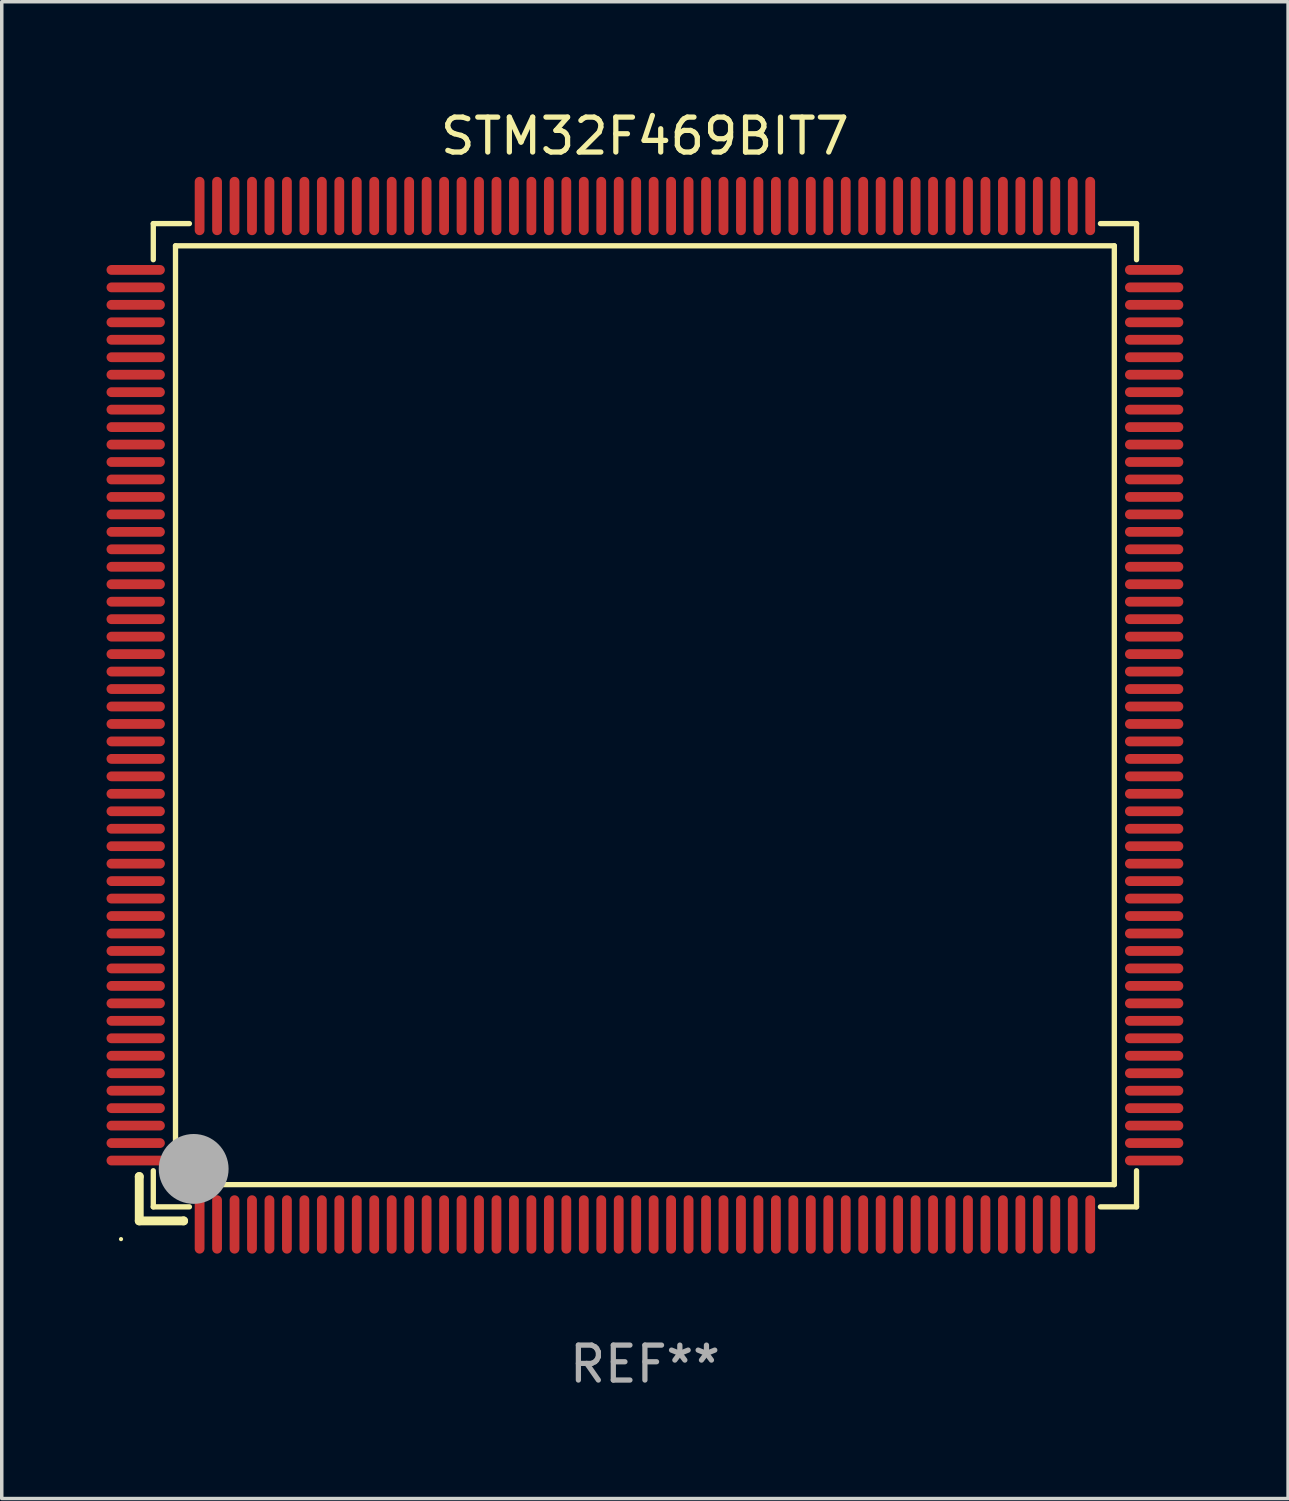
<source format=kicad_pcb>
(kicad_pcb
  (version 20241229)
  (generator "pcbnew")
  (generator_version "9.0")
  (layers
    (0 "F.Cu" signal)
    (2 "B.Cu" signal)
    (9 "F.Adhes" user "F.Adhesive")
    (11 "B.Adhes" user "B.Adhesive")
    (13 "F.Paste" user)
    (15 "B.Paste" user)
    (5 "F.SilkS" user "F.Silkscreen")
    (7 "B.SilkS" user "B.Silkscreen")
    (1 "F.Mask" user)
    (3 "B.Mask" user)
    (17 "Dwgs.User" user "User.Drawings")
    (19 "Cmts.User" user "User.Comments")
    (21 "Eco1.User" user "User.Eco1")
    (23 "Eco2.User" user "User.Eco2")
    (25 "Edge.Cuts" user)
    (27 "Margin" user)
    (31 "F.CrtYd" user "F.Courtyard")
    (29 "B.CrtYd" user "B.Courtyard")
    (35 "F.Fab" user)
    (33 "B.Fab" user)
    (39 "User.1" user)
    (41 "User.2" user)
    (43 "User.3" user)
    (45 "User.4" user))
  (footprint "STM32F469BIT7"
    (layer "F.Cu")
    (at 15.415 17.428)
    (property "Reference" "STM32F469BIT7" (at 0 -16.58 0) (layer "F.SilkS") (effects (font (size 1 1) (thickness 0.15))))
    (attr through_hole)
    (fp_line (start -14.478 13.208) (end -14.478 13.208) (stroke (width 0.254) (type solid)) (layer "F.SilkS"))
    (fp_line (start -14.478 13.208) (end -14.478 14.478) (stroke (width 0.254) (type solid)) (layer "F.SilkS"))
    (fp_line (start -14.478 14.478) (end -13.208 14.478) (stroke (width 0.254) (type solid)) (layer "F.SilkS"))
    (fp_line (start -14.076 -14.076) (end -14.076 -13.042) (stroke (width 0.152) (type solid)) (layer "F.SilkS"))
    (fp_line (start -14.076 14.076) (end -14.076 13.042) (stroke (width 0.152) (type solid)) (layer "F.SilkS"))
    (fp_line (start -13.44 -13.44) (end 13.44 -13.44) (stroke (width 0.152) (type solid)) (layer "F.SilkS"))
    (fp_line (start -13.44 13.44) (end -13.44 -13.44) (stroke (width 0.152) (type solid)) (layer "F.SilkS"))
    (fp_line (start -13.208 14.478) (end -13.208 14.478) (stroke (width 0.254) (type solid)) (layer "F.SilkS"))
    (fp_line (start -13.042 -14.076) (end -14.076 -14.076) (stroke (width 0.152) (type solid)) (layer "F.SilkS"))
    (fp_line (start -13.042 14.076) (end -14.076 14.076) (stroke (width 0.152) (type solid)) (layer "F.SilkS"))
    (fp_line (start 13.042 -14.076) (end 14.076 -14.076) (stroke (width 0.152) (type solid)) (layer "F.SilkS"))
    (fp_line (start 13.042 14.076) (end 14.076 14.076) (stroke (width 0.152) (type solid)) (layer "F.SilkS"))
    (fp_line (start 13.44 -13.44) (end 13.44 13.44) (stroke (width 0.152) (type solid)) (layer "F.SilkS"))
    (fp_line (start 13.44 13.44) (end -13.44 13.44) (stroke (width 0.152) (type solid)) (layer "F.SilkS"))
    (fp_line (start 14.076 -14.076) (end 14.076 -13.042) (stroke (width 0.152) (type solid)) (layer "F.SilkS"))
    (fp_line (start 14.076 14.076) (end 14.076 13.042) (stroke (width 0.152) (type solid)) (layer "F.SilkS"))
    (fp_circle (center -15 15) (end -14.97 15) (stroke (width 0.06) (type solid)) (fill no) (layer "F.SilkS"))
    (fp_circle (center -13.138 13.138) (end -13.063 13.138) (stroke (width 0.15) (type solid)) (fill no) (layer "F.SilkS"))
    (fp_circle (center -12.92 12.99) (end -12.42 12.99) (stroke (width 1) (type solid)) (fill no) (layer "F.Fab"))
    (fp_text user "REF**" (at 0 18.58 0) (layer "F.Fab") (effects (font (size 1 1) (thickness 0.15))))
    (pad "1" smd oval (at -12.75 14.58) (size 0.28 1.67) (layers "F.Cu" "F.Mask" "F.Paste"))
    (pad "2" smd oval (at -12.25 14.58) (size 0.28 1.67) (layers "F.Cu" "F.Mask" "F.Paste"))
    (pad "3" smd oval (at -11.75 14.58) (size 0.28 1.67) (layers "F.Cu" "F.Mask" "F.Paste"))
    (pad "4" smd oval (at -11.25 14.58) (size 0.28 1.67) (layers "F.Cu" "F.Mask" "F.Paste"))
    (pad "5" smd oval (at -10.75 14.58) (size 0.28 1.67) (layers "F.Cu" "F.Mask" "F.Paste"))
    (pad "6" smd oval (at -10.25 14.58) (size 0.28 1.67) (layers "F.Cu" "F.Mask" "F.Paste"))
    (pad "7" smd oval (at -9.75 14.58) (size 0.28 1.67) (layers "F.Cu" "F.Mask" "F.Paste"))
    (pad "8" smd oval (at -9.25 14.58) (size 0.28 1.67) (layers "F.Cu" "F.Mask" "F.Paste"))
    (pad "9" smd oval (at -8.75 14.58) (size 0.28 1.67) (layers "F.Cu" "F.Mask" "F.Paste"))
    (pad "10" smd oval (at -8.25 14.58) (size 0.28 1.67) (layers "F.Cu" "F.Mask" "F.Paste"))
    (pad "11" smd oval (at -7.75 14.58) (size 0.28 1.67) (layers "F.Cu" "F.Mask" "F.Paste"))
    (pad "12" smd oval (at -7.25 14.58) (size 0.28 1.67) (layers "F.Cu" "F.Mask" "F.Paste"))
    (pad "13" smd oval (at -6.75 14.58) (size 0.28 1.67) (layers "F.Cu" "F.Mask" "F.Paste"))
    (pad "14" smd oval (at -6.25 14.58) (size 0.28 1.67) (layers "F.Cu" "F.Mask" "F.Paste"))
    (pad "15" smd oval (at -5.75 14.58) (size 0.28 1.67) (layers "F.Cu" "F.Mask" "F.Paste"))
    (pad "16" smd oval (at -5.25 14.58) (size 0.28 1.67) (layers "F.Cu" "F.Mask" "F.Paste"))
    (pad "17" smd oval (at -4.75 14.58) (size 0.28 1.67) (layers "F.Cu" "F.Mask" "F.Paste"))
    (pad "18" smd oval (at -4.25 14.58) (size 0.28 1.67) (layers "F.Cu" "F.Mask" "F.Paste"))
    (pad "19" smd oval (at -3.75 14.58) (size 0.28 1.67) (layers "F.Cu" "F.Mask" "F.Paste"))
    (pad "20" smd oval (at -3.25 14.58) (size 0.28 1.67) (layers "F.Cu" "F.Mask" "F.Paste"))
    (pad "21" smd oval (at -2.75 14.58) (size 0.28 1.67) (layers "F.Cu" "F.Mask" "F.Paste"))
    (pad "22" smd oval (at -2.25 14.58) (size 0.28 1.67) (layers "F.Cu" "F.Mask" "F.Paste"))
    (pad "23" smd oval (at -1.75 14.58) (size 0.28 1.67) (layers "F.Cu" "F.Mask" "F.Paste"))
    (pad "24" smd oval (at -1.25 14.58) (size 0.28 1.67) (layers "F.Cu" "F.Mask" "F.Paste"))
    (pad "25" smd oval (at -0.75 14.58) (size 0.28 1.67) (layers "F.Cu" "F.Mask" "F.Paste"))
    (pad "26" smd oval (at -0.25 14.58) (size 0.28 1.67) (layers "F.Cu" "F.Mask" "F.Paste"))
    (pad "27" smd oval (at 0.25 14.58) (size 0.28 1.67) (layers "F.Cu" "F.Mask" "F.Paste"))
    (pad "28" smd oval (at 0.75 14.58) (size 0.28 1.67) (layers "F.Cu" "F.Mask" "F.Paste"))
    (pad "29" smd oval (at 1.25 14.58) (size 0.28 1.67) (layers "F.Cu" "F.Mask" "F.Paste"))
    (pad "30" smd oval (at 1.75 14.58) (size 0.28 1.67) (layers "F.Cu" "F.Mask" "F.Paste"))
    (pad "31" smd oval (at 2.25 14.58) (size 0.28 1.67) (layers "F.Cu" "F.Mask" "F.Paste"))
    (pad "32" smd oval (at 2.75 14.58) (size 0.28 1.67) (layers "F.Cu" "F.Mask" "F.Paste"))
    (pad "33" smd oval (at 3.25 14.58) (size 0.28 1.67) (layers "F.Cu" "F.Mask" "F.Paste"))
    (pad "34" smd oval (at 3.75 14.58) (size 0.28 1.67) (layers "F.Cu" "F.Mask" "F.Paste"))
    (pad "35" smd oval (at 4.25 14.58) (size 0.28 1.67) (layers "F.Cu" "F.Mask" "F.Paste"))
    (pad "36" smd oval (at 4.75 14.58) (size 0.28 1.67) (layers "F.Cu" "F.Mask" "F.Paste"))
    (pad "37" smd oval (at 5.25 14.58) (size 0.28 1.67) (layers "F.Cu" "F.Mask" "F.Paste"))
    (pad "38" smd oval (at 5.75 14.58) (size 0.28 1.67) (layers "F.Cu" "F.Mask" "F.Paste"))
    (pad "39" smd oval (at 6.25 14.58) (size 0.28 1.67) (layers "F.Cu" "F.Mask" "F.Paste"))
    (pad "40" smd oval (at 6.75 14.58) (size 0.28 1.67) (layers "F.Cu" "F.Mask" "F.Paste"))
    (pad "41" smd oval (at 7.25 14.58) (size 0.28 1.67) (layers "F.Cu" "F.Mask" "F.Paste"))
    (pad "42" smd oval (at 7.75 14.58) (size 0.28 1.67) (layers "F.Cu" "F.Mask" "F.Paste"))
    (pad "43" smd oval (at 8.25 14.58) (size 0.28 1.67) (layers "F.Cu" "F.Mask" "F.Paste"))
    (pad "44" smd oval (at 8.75 14.58) (size 0.28 1.67) (layers "F.Cu" "F.Mask" "F.Paste"))
    (pad "45" smd oval (at 9.25 14.58) (size 0.28 1.67) (layers "F.Cu" "F.Mask" "F.Paste"))
    (pad "46" smd oval (at 9.75 14.58) (size 0.28 1.67) (layers "F.Cu" "F.Mask" "F.Paste"))
    (pad "47" smd oval (at 10.25 14.58) (size 0.28 1.67) (layers "F.Cu" "F.Mask" "F.Paste"))
    (pad "48" smd oval (at 10.75 14.58) (size 0.28 1.67) (layers "F.Cu" "F.Mask" "F.Paste"))
    (pad "49" smd oval (at 11.25 14.58) (size 0.28 1.67) (layers "F.Cu" "F.Mask" "F.Paste"))
    (pad "50" smd oval (at 11.75 14.58) (size 0.28 1.67) (layers "F.Cu" "F.Mask" "F.Paste"))
    (pad "51" smd oval (at 12.25 14.58) (size 0.28 1.67) (layers "F.Cu" "F.Mask" "F.Paste"))
    (pad "52" smd oval (at 12.75 14.58) (size 0.28 1.67) (layers "F.Cu" "F.Mask" "F.Paste"))
    (pad "53" smd oval (at 14.58 12.75) (size 1.67 0.28) (layers "F.Cu" "F.Mask" "F.Paste"))
    (pad "54" smd oval (at 14.58 12.25) (size 1.67 0.28) (layers "F.Cu" "F.Mask" "F.Paste"))
    (pad "55" smd oval (at 14.58 11.75) (size 1.67 0.28) (layers "F.Cu" "F.Mask" "F.Paste"))
    (pad "56" smd oval (at 14.58 11.25) (size 1.67 0.28) (layers "F.Cu" "F.Mask" "F.Paste"))
    (pad "57" smd oval (at 14.58 10.75) (size 1.67 0.28) (layers "F.Cu" "F.Mask" "F.Paste"))
    (pad "58" smd oval (at 14.58 10.25) (size 1.67 0.28) (layers "F.Cu" "F.Mask" "F.Paste"))
    (pad "59" smd oval (at 14.58 9.75) (size 1.67 0.28) (layers "F.Cu" "F.Mask" "F.Paste"))
    (pad "60" smd oval (at 14.58 9.25) (size 1.67 0.28) (layers "F.Cu" "F.Mask" "F.Paste"))
    (pad "61" smd oval (at 14.58 8.75) (size 1.67 0.28) (layers "F.Cu" "F.Mask" "F.Paste"))
    (pad "62" smd oval (at 14.58 8.25) (size 1.67 0.28) (layers "F.Cu" "F.Mask" "F.Paste"))
    (pad "63" smd oval (at 14.58 7.75) (size 1.67 0.28) (layers "F.Cu" "F.Mask" "F.Paste"))
    (pad "64" smd oval (at 14.58 7.25) (size 1.67 0.28) (layers "F.Cu" "F.Mask" "F.Paste"))
    (pad "65" smd oval (at 14.58 6.75) (size 1.67 0.28) (layers "F.Cu" "F.Mask" "F.Paste"))
    (pad "66" smd oval (at 14.58 6.25) (size 1.67 0.28) (layers "F.Cu" "F.Mask" "F.Paste"))
    (pad "67" smd oval (at 14.58 5.75) (size 1.67 0.28) (layers "F.Cu" "F.Mask" "F.Paste"))
    (pad "68" smd oval (at 14.58 5.25) (size 1.67 0.28) (layers "F.Cu" "F.Mask" "F.Paste"))
    (pad "69" smd oval (at 14.58 4.75) (size 1.67 0.28) (layers "F.Cu" "F.Mask" "F.Paste"))
    (pad "70" smd oval (at 14.58 4.25) (size 1.67 0.28) (layers "F.Cu" "F.Mask" "F.Paste"))
    (pad "71" smd oval (at 14.58 3.75) (size 1.67 0.28) (layers "F.Cu" "F.Mask" "F.Paste"))
    (pad "72" smd oval (at 14.58 3.25) (size 1.67 0.28) (layers "F.Cu" "F.Mask" "F.Paste"))
    (pad "73" smd oval (at 14.58 2.75) (size 1.67 0.28) (layers "F.Cu" "F.Mask" "F.Paste"))
    (pad "74" smd oval (at 14.58 2.25) (size 1.67 0.28) (layers "F.Cu" "F.Mask" "F.Paste"))
    (pad "75" smd oval (at 14.58 1.75) (size 1.67 0.28) (layers "F.Cu" "F.Mask" "F.Paste"))
    (pad "76" smd oval (at 14.58 1.25) (size 1.67 0.28) (layers "F.Cu" "F.Mask" "F.Paste"))
    (pad "77" smd oval (at 14.58 0.75) (size 1.67 0.28) (layers "F.Cu" "F.Mask" "F.Paste"))
    (pad "78" smd oval (at 14.58 0.25) (size 1.67 0.28) (layers "F.Cu" "F.Mask" "F.Paste"))
    (pad "79" smd oval (at 14.58 -0.25) (size 1.67 0.28) (layers "F.Cu" "F.Mask" "F.Paste"))
    (pad "80" smd oval (at 14.58 -0.75) (size 1.67 0.28) (layers "F.Cu" "F.Mask" "F.Paste"))
    (pad "81" smd oval (at 14.58 -1.25) (size 1.67 0.28) (layers "F.Cu" "F.Mask" "F.Paste"))
    (pad "82" smd oval (at 14.58 -1.75) (size 1.67 0.28) (layers "F.Cu" "F.Mask" "F.Paste"))
    (pad "83" smd oval (at 14.58 -2.25) (size 1.67 0.28) (layers "F.Cu" "F.Mask" "F.Paste"))
    (pad "84" smd oval (at 14.58 -2.75) (size 1.67 0.28) (layers "F.Cu" "F.Mask" "F.Paste"))
    (pad "85" smd oval (at 14.58 -3.25) (size 1.67 0.28) (layers "F.Cu" "F.Mask" "F.Paste"))
    (pad "86" smd oval (at 14.58 -3.75) (size 1.67 0.28) (layers "F.Cu" "F.Mask" "F.Paste"))
    (pad "87" smd oval (at 14.58 -4.25) (size 1.67 0.28) (layers "F.Cu" "F.Mask" "F.Paste"))
    (pad "88" smd oval (at 14.58 -4.75) (size 1.67 0.28) (layers "F.Cu" "F.Mask" "F.Paste"))
    (pad "89" smd oval (at 14.58 -5.25) (size 1.67 0.28) (layers "F.Cu" "F.Mask" "F.Paste"))
    (pad "90" smd oval (at 14.58 -5.75) (size 1.67 0.28) (layers "F.Cu" "F.Mask" "F.Paste"))
    (pad "91" smd oval (at 14.58 -6.25) (size 1.67 0.28) (layers "F.Cu" "F.Mask" "F.Paste"))
    (pad "92" smd oval (at 14.58 -6.75) (size 1.67 0.28) (layers "F.Cu" "F.Mask" "F.Paste"))
    (pad "93" smd oval (at 14.58 -7.25) (size 1.67 0.28) (layers "F.Cu" "F.Mask" "F.Paste"))
    (pad "94" smd oval (at 14.58 -7.75) (size 1.67 0.28) (layers "F.Cu" "F.Mask" "F.Paste"))
    (pad "95" smd oval (at 14.58 -8.25) (size 1.67 0.28) (layers "F.Cu" "F.Mask" "F.Paste"))
    (pad "96" smd oval (at 14.58 -8.75) (size 1.67 0.28) (layers "F.Cu" "F.Mask" "F.Paste"))
    (pad "97" smd oval (at 14.58 -9.25) (size 1.67 0.28) (layers "F.Cu" "F.Mask" "F.Paste"))
    (pad "98" smd oval (at 14.58 -9.75) (size 1.67 0.28) (layers "F.Cu" "F.Mask" "F.Paste"))
    (pad "99" smd oval (at 14.58 -10.25) (size 1.67 0.28) (layers "F.Cu" "F.Mask" "F.Paste"))
    (pad "100" smd oval (at 14.58 -10.75) (size 1.67 0.28) (layers "F.Cu" "F.Mask" "F.Paste"))
    (pad "101" smd oval (at 14.58 -11.25) (size 1.67 0.28) (layers "F.Cu" "F.Mask" "F.Paste"))
    (pad "102" smd oval (at 14.58 -11.75) (size 1.67 0.28) (layers "F.Cu" "F.Mask" "F.Paste"))
    (pad "103" smd oval (at 14.58 -12.25) (size 1.67 0.28) (layers "F.Cu" "F.Mask" "F.Paste"))
    (pad "104" smd oval (at 14.58 -12.75) (size 1.67 0.28) (layers "F.Cu" "F.Mask" "F.Paste"))
    (pad "105" smd oval (at 12.75 -14.58) (size 0.28 1.67) (layers "F.Cu" "F.Mask" "F.Paste"))
    (pad "106" smd oval (at 12.25 -14.58) (size 0.28 1.67) (layers "F.Cu" "F.Mask" "F.Paste"))
    (pad "107" smd oval (at 11.75 -14.58) (size 0.28 1.67) (layers "F.Cu" "F.Mask" "F.Paste"))
    (pad "108" smd oval (at 11.25 -14.58) (size 0.28 1.67) (layers "F.Cu" "F.Mask" "F.Paste"))
    (pad "109" smd oval (at 10.75 -14.58) (size 0.28 1.67) (layers "F.Cu" "F.Mask" "F.Paste"))
    (pad "110" smd oval (at 10.25 -14.58) (size 0.28 1.67) (layers "F.Cu" "F.Mask" "F.Paste"))
    (pad "111" smd oval (at 9.75 -14.58) (size 0.28 1.67) (layers "F.Cu" "F.Mask" "F.Paste"))
    (pad "112" smd oval (at 9.25 -14.58) (size 0.28 1.67) (layers "F.Cu" "F.Mask" "F.Paste"))
    (pad "113" smd oval (at 8.75 -14.58) (size 0.28 1.67) (layers "F.Cu" "F.Mask" "F.Paste"))
    (pad "114" smd oval (at 8.25 -14.58) (size 0.28 1.67) (layers "F.Cu" "F.Mask" "F.Paste"))
    (pad "115" smd oval (at 7.75 -14.58) (size 0.28 1.67) (layers "F.Cu" "F.Mask" "F.Paste"))
    (pad "116" smd oval (at 7.25 -14.58) (size 0.28 1.67) (layers "F.Cu" "F.Mask" "F.Paste"))
    (pad "117" smd oval (at 6.75 -14.58) (size 0.28 1.67) (layers "F.Cu" "F.Mask" "F.Paste"))
    (pad "118" smd oval (at 6.25 -14.58) (size 0.28 1.67) (layers "F.Cu" "F.Mask" "F.Paste"))
    (pad "119" smd oval (at 5.75 -14.58) (size 0.28 1.67) (layers "F.Cu" "F.Mask" "F.Paste"))
    (pad "120" smd oval (at 5.25 -14.58) (size 0.28 1.67) (layers "F.Cu" "F.Mask" "F.Paste"))
    (pad "121" smd oval (at 4.75 -14.58) (size 0.28 1.67) (layers "F.Cu" "F.Mask" "F.Paste"))
    (pad "122" smd oval (at 4.25 -14.58) (size 0.28 1.67) (layers "F.Cu" "F.Mask" "F.Paste"))
    (pad "123" smd oval (at 3.75 -14.58) (size 0.28 1.67) (layers "F.Cu" "F.Mask" "F.Paste"))
    (pad "124" smd oval (at 3.25 -14.58) (size 0.28 1.67) (layers "F.Cu" "F.Mask" "F.Paste"))
    (pad "125" smd oval (at 2.75 -14.58) (size 0.28 1.67) (layers "F.Cu" "F.Mask" "F.Paste"))
    (pad "126" smd oval (at 2.25 -14.58) (size 0.28 1.67) (layers "F.Cu" "F.Mask" "F.Paste"))
    (pad "127" smd oval (at 1.75 -14.58) (size 0.28 1.67) (layers "F.Cu" "F.Mask" "F.Paste"))
    (pad "128" smd oval (at 1.25 -14.58) (size 0.28 1.67) (layers "F.Cu" "F.Mask" "F.Paste"))
    (pad "129" smd oval (at 0.75 -14.58) (size 0.28 1.67) (layers "F.Cu" "F.Mask" "F.Paste"))
    (pad "130" smd oval (at 0.25 -14.58) (size 0.28 1.67) (layers "F.Cu" "F.Mask" "F.Paste"))
    (pad "131" smd oval (at -0.25 -14.58) (size 0.28 1.67) (layers "F.Cu" "F.Mask" "F.Paste"))
    (pad "132" smd oval (at -0.75 -14.58) (size 0.28 1.67) (layers "F.Cu" "F.Mask" "F.Paste"))
    (pad "133" smd oval (at -1.25 -14.58) (size 0.28 1.67) (layers "F.Cu" "F.Mask" "F.Paste"))
    (pad "134" smd oval (at -1.75 -14.58) (size 0.28 1.67) (layers "F.Cu" "F.Mask" "F.Paste"))
    (pad "135" smd oval (at -2.25 -14.58) (size 0.28 1.67) (layers "F.Cu" "F.Mask" "F.Paste"))
    (pad "136" smd oval (at -2.75 -14.58) (size 0.28 1.67) (layers "F.Cu" "F.Mask" "F.Paste"))
    (pad "137" smd oval (at -3.25 -14.58) (size 0.28 1.67) (layers "F.Cu" "F.Mask" "F.Paste"))
    (pad "138" smd oval (at -3.75 -14.58) (size 0.28 1.67) (layers "F.Cu" "F.Mask" "F.Paste"))
    (pad "139" smd oval (at -4.25 -14.58) (size 0.28 1.67) (layers "F.Cu" "F.Mask" "F.Paste"))
    (pad "140" smd oval (at -4.75 -14.58) (size 0.28 1.67) (layers "F.Cu" "F.Mask" "F.Paste"))
    (pad "141" smd oval (at -5.25 -14.58) (size 0.28 1.67) (layers "F.Cu" "F.Mask" "F.Paste"))
    (pad "142" smd oval (at -5.75 -14.58) (size 0.28 1.67) (layers "F.Cu" "F.Mask" "F.Paste"))
    (pad "143" smd oval (at -6.25 -14.58) (size 0.28 1.67) (layers "F.Cu" "F.Mask" "F.Paste"))
    (pad "144" smd oval (at -6.75 -14.58) (size 0.28 1.67) (layers "F.Cu" "F.Mask" "F.Paste"))
    (pad "145" smd oval (at -7.25 -14.58) (size 0.28 1.67) (layers "F.Cu" "F.Mask" "F.Paste"))
    (pad "146" smd oval (at -7.75 -14.58) (size 0.28 1.67) (layers "F.Cu" "F.Mask" "F.Paste"))
    (pad "147" smd oval (at -8.25 -14.58) (size 0.28 1.67) (layers "F.Cu" "F.Mask" "F.Paste"))
    (pad "148" smd oval (at -8.75 -14.58) (size 0.28 1.67) (layers "F.Cu" "F.Mask" "F.Paste"))
    (pad "149" smd oval (at -9.25 -14.58) (size 0.28 1.67) (layers "F.Cu" "F.Mask" "F.Paste"))
    (pad "150" smd oval (at -9.75 -14.58) (size 0.28 1.67) (layers "F.Cu" "F.Mask" "F.Paste"))
    (pad "151" smd oval (at -10.25 -14.58) (size 0.28 1.67) (layers "F.Cu" "F.Mask" "F.Paste"))
    (pad "152" smd oval (at -10.75 -14.58) (size 0.28 1.67) (layers "F.Cu" "F.Mask" "F.Paste"))
    (pad "153" smd oval (at -11.25 -14.58) (size 0.28 1.67) (layers "F.Cu" "F.Mask" "F.Paste"))
    (pad "154" smd oval (at -11.75 -14.58) (size 0.28 1.67) (layers "F.Cu" "F.Mask" "F.Paste"))
    (pad "155" smd oval (at -12.25 -14.58) (size 0.28 1.67) (layers "F.Cu" "F.Mask" "F.Paste"))
    (pad "156" smd oval (at -12.75 -14.58) (size 0.28 1.67) (layers "F.Cu" "F.Mask" "F.Paste"))
    (pad "157" smd oval (at -14.58 -12.75) (size 1.67 0.28) (layers "F.Cu" "F.Mask" "F.Paste"))
    (pad "158" smd oval (at -14.58 -12.25) (size 1.67 0.28) (layers "F.Cu" "F.Mask" "F.Paste"))
    (pad "159" smd oval (at -14.58 -11.75) (size 1.67 0.28) (layers "F.Cu" "F.Mask" "F.Paste"))
    (pad "160" smd oval (at -14.58 -11.25) (size 1.67 0.28) (layers "F.Cu" "F.Mask" "F.Paste"))
    (pad "161" smd oval (at -14.58 -10.75) (size 1.67 0.28) (layers "F.Cu" "F.Mask" "F.Paste"))
    (pad "162" smd oval (at -14.58 -10.25) (size 1.67 0.28) (layers "F.Cu" "F.Mask" "F.Paste"))
    (pad "163" smd oval (at -14.58 -9.75) (size 1.67 0.28) (layers "F.Cu" "F.Mask" "F.Paste"))
    (pad "164" smd oval (at -14.58 -9.25) (size 1.67 0.28) (layers "F.Cu" "F.Mask" "F.Paste"))
    (pad "165" smd oval (at -14.58 -8.75) (size 1.67 0.28) (layers "F.Cu" "F.Mask" "F.Paste"))
    (pad "166" smd oval (at -14.58 -8.25) (size 1.67 0.28) (layers "F.Cu" "F.Mask" "F.Paste"))
    (pad "167" smd oval (at -14.58 -7.75) (size 1.67 0.28) (layers "F.Cu" "F.Mask" "F.Paste"))
    (pad "168" smd oval (at -14.58 -7.25) (size 1.67 0.28) (layers "F.Cu" "F.Mask" "F.Paste"))
    (pad "169" smd oval (at -14.58 -6.75) (size 1.67 0.28) (layers "F.Cu" "F.Mask" "F.Paste"))
    (pad "170" smd oval (at -14.58 -6.25) (size 1.67 0.28) (layers "F.Cu" "F.Mask" "F.Paste"))
    (pad "171" smd oval (at -14.58 -5.75) (size 1.67 0.28) (layers "F.Cu" "F.Mask" "F.Paste"))
    (pad "172" smd oval (at -14.58 -5.25) (size 1.67 0.28) (layers "F.Cu" "F.Mask" "F.Paste"))
    (pad "173" smd oval (at -14.58 -4.75) (size 1.67 0.28) (layers "F.Cu" "F.Mask" "F.Paste"))
    (pad "174" smd oval (at -14.58 -4.25) (size 1.67 0.28) (layers "F.Cu" "F.Mask" "F.Paste"))
    (pad "175" smd oval (at -14.58 -3.75) (size 1.67 0.28) (layers "F.Cu" "F.Mask" "F.Paste"))
    (pad "176" smd oval (at -14.58 -3.25) (size 1.67 0.28) (layers "F.Cu" "F.Mask" "F.Paste"))
    (pad "177" smd oval (at -14.58 -2.75) (size 1.67 0.28) (layers "F.Cu" "F.Mask" "F.Paste"))
    (pad "178" smd oval (at -14.58 -2.25) (size 1.67 0.28) (layers "F.Cu" "F.Mask" "F.Paste"))
    (pad "179" smd oval (at -14.58 -1.75) (size 1.67 0.28) (layers "F.Cu" "F.Mask" "F.Paste"))
    (pad "180" smd oval (at -14.58 -1.25) (size 1.67 0.28) (layers "F.Cu" "F.Mask" "F.Paste"))
    (pad "181" smd oval (at -14.58 -0.75) (size 1.67 0.28) (layers "F.Cu" "F.Mask" "F.Paste"))
    (pad "182" smd oval (at -14.58 -0.25) (size 1.67 0.28) (layers "F.Cu" "F.Mask" "F.Paste"))
    (pad "183" smd oval (at -14.58 0.25) (size 1.67 0.28) (layers "F.Cu" "F.Mask" "F.Paste"))
    (pad "184" smd oval (at -14.58 0.75) (size 1.67 0.28) (layers "F.Cu" "F.Mask" "F.Paste"))
    (pad "185" smd oval (at -14.58 1.25) (size 1.67 0.28) (layers "F.Cu" "F.Mask" "F.Paste"))
    (pad "186" smd oval (at -14.58 1.75) (size 1.67 0.28) (layers "F.Cu" "F.Mask" "F.Paste"))
    (pad "187" smd oval (at -14.58 2.25) (size 1.67 0.28) (layers "F.Cu" "F.Mask" "F.Paste"))
    (pad "188" smd oval (at -14.58 2.75) (size 1.67 0.28) (layers "F.Cu" "F.Mask" "F.Paste"))
    (pad "189" smd oval (at -14.58 3.25) (size 1.67 0.28) (layers "F.Cu" "F.Mask" "F.Paste"))
    (pad "190" smd oval (at -14.58 3.75) (size 1.67 0.28) (layers "F.Cu" "F.Mask" "F.Paste"))
    (pad "191" smd oval (at -14.58 4.25) (size 1.67 0.28) (layers "F.Cu" "F.Mask" "F.Paste"))
    (pad "192" smd oval (at -14.58 4.75) (size 1.67 0.28) (layers "F.Cu" "F.Mask" "F.Paste"))
    (pad "193" smd oval (at -14.58 5.25) (size 1.67 0.28) (layers "F.Cu" "F.Mask" "F.Paste"))
    (pad "194" smd oval (at -14.58 5.75) (size 1.67 0.28) (layers "F.Cu" "F.Mask" "F.Paste"))
    (pad "195" smd oval (at -14.58 6.25) (size 1.67 0.28) (layers "F.Cu" "F.Mask" "F.Paste"))
    (pad "196" smd oval (at -14.58 6.75) (size 1.67 0.28) (layers "F.Cu" "F.Mask" "F.Paste"))
    (pad "197" smd oval (at -14.58 7.25) (size 1.67 0.28) (layers "F.Cu" "F.Mask" "F.Paste"))
    (pad "198" smd oval (at -14.58 7.75) (size 1.67 0.28) (layers "F.Cu" "F.Mask" "F.Paste"))
    (pad "199" smd oval (at -14.58 8.25) (size 1.67 0.28) (layers "F.Cu" "F.Mask" "F.Paste"))
    (pad "200" smd oval (at -14.58 8.75) (size 1.67 0.28) (layers "F.Cu" "F.Mask" "F.Paste"))
    (pad "201" smd oval (at -14.58 9.25) (size 1.67 0.28) (layers "F.Cu" "F.Mask" "F.Paste"))
    (pad "202" smd oval (at -14.58 9.75) (size 1.67 0.28) (layers "F.Cu" "F.Mask" "F.Paste"))
    (pad "203" smd oval (at -14.58 10.25) (size 1.67 0.28) (layers "F.Cu" "F.Mask" "F.Paste"))
    (pad "204" smd oval (at -14.58 10.75) (size 1.67 0.28) (layers "F.Cu" "F.Mask" "F.Paste"))
    (pad "205" smd oval (at -14.58 11.25) (size 1.67 0.28) (layers "F.Cu" "F.Mask" "F.Paste"))
    (pad "206" smd oval (at -14.58 11.75) (size 1.67 0.28) (layers "F.Cu" "F.Mask" "F.Paste"))
    (pad "207" smd oval (at -14.58 12.25) (size 1.67 0.28) (layers "F.Cu" "F.Mask" "F.Paste"))
    (pad "208" smd oval (at -14.58 12.75) (size 1.67 0.28) (layers "F.Cu" "F.Mask" "F.Paste")))
  (gr_rect
    (start -3 -3)
    (end 33.83 39.856)
    (stroke (width 0.1) (type default))
    (fill no)
    (layer "Edge.Cuts")))
</source>
